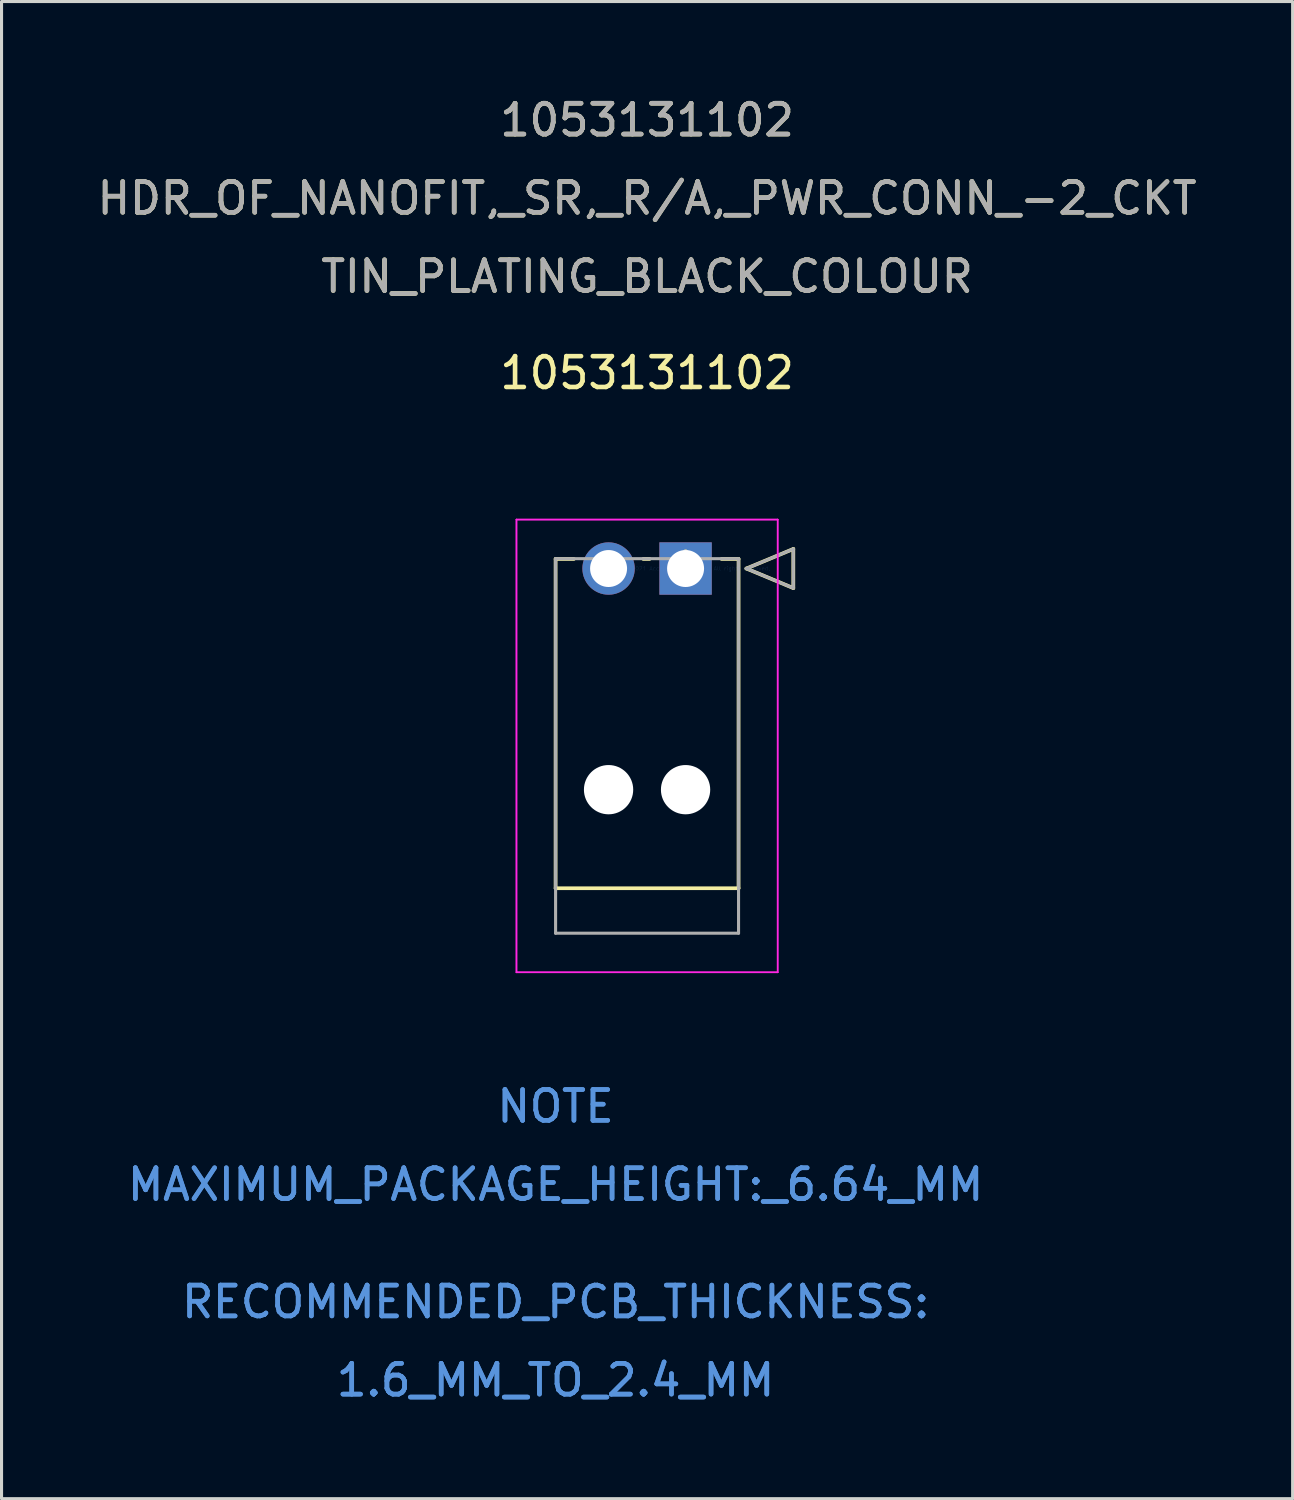
<source format=kicad_pcb>
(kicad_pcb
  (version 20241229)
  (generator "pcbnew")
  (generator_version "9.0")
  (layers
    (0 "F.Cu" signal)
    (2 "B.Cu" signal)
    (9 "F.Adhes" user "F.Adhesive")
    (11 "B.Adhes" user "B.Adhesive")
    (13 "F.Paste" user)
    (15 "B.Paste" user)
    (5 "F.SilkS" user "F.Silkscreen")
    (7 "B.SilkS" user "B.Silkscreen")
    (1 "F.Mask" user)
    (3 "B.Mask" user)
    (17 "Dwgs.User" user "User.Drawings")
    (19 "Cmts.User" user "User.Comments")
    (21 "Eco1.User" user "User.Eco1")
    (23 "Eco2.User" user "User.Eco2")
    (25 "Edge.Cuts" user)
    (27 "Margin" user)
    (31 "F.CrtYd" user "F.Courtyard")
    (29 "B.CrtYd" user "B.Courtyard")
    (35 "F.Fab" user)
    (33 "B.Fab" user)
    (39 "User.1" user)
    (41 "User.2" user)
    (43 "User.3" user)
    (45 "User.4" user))
  (footprint "1053131102"
    (layer "F.Cu")
    (at 19.208 15.408)
    (property "Reference" "1053131102" (at -1.25 -6.35 0) (layer "F.SilkS") (effects (font (size 1 1) (thickness 0.15))))
    (attr through_hole)
    (fp_line (start -4.22 -0.31) (end -4.22 10.38) (stroke (width 0.12) (type solid)) (layer "F.SilkS"))
    (fp_line (start -4.22 10.38) (end 1.72 10.38) (stroke (width 0.12) (type solid)) (layer "F.SilkS"))
    (fp_line (start -3.628 -0.31) (end -4.22 -0.31) (stroke (width 0.12) (type solid)) (layer "F.SilkS"))
    (fp_line (start -1.17 -0.31) (end -1.372 -0.31) (stroke (width 0.12) (type solid)) (layer "F.SilkS"))
    (fp_line (start 1.72 -0.31) (end 1.17 -0.31) (stroke (width 0.12) (type solid)) (layer "F.SilkS"))
    (fp_line (start 1.72 10.38) (end 1.72 -0.31) (stroke (width 0.12) (type solid)) (layer "F.SilkS"))
    (fp_line (start 1.974 0) (end 3.498 -0.635) (stroke (width 0.12) (type solid)) (layer "F.SilkS"))
    (fp_line (start 3.498 -0.635) (end 3.498 0.635) (stroke (width 0.12) (type solid)) (layer "F.SilkS"))
    (fp_line (start 3.498 0.635) (end 1.974 0) (stroke (width 0.12) (type solid)) (layer "F.SilkS"))
    (fp_line (start -5.49 -1.59) (end -5.49 13.11) (stroke (width 0.05) (type solid)) (layer "F.CrtYd"))
    (fp_line (start -5.49 -1.59) (end -5.49 13.11) (stroke (width 0.05) (type solid)) (layer "F.CrtYd"))
    (fp_line (start -5.49 13.11) (end 2.99 13.11) (stroke (width 0.05) (type solid)) (layer "F.CrtYd"))
    (fp_line (start -5.49 13.11) (end 2.99 13.11) (stroke (width 0.05) (type solid)) (layer "F.CrtYd"))
    (fp_line (start 2.99 -1.59) (end -5.49 -1.59) (stroke (width 0.05) (type solid)) (layer "F.CrtYd"))
    (fp_line (start 2.99 -1.59) (end -5.49 -1.59) (stroke (width 0.05) (type solid)) (layer "F.CrtYd"))
    (fp_line (start 2.99 13.11) (end 2.99 -1.59) (stroke (width 0.05) (type solid)) (layer "F.CrtYd"))
    (fp_line (start 2.99 13.11) (end 2.99 -1.59) (stroke (width 0.05) (type solid)) (layer "F.CrtYd"))
    (fp_line (start -4.22 -0.32) (end -4.22 11.84) (stroke (width 0.1) (type solid)) (layer "F.Fab"))
    (fp_line (start -4.22 11.84) (end 1.72 11.84) (stroke (width 0.1) (type solid)) (layer "F.Fab"))
    (fp_line (start 1.72 -0.32) (end -4.22 -0.32) (stroke (width 0.1) (type solid)) (layer "F.Fab"))
    (fp_line (start 1.72 11.84) (end 1.72 -0.32) (stroke (width 0.1) (type solid)) (layer "F.Fab"))
    (fp_line (start 1.974 0) (end 3.498 -0.635) (stroke (width 0.1) (type solid)) (layer "F.Fab"))
    (fp_line (start 3.498 -0.635) (end 3.498 0.635) (stroke (width 0.1) (type solid)) (layer "F.Fab"))
    (fp_line (start 3.498 0.635) (end 1.974 0) (stroke (width 0.1) (type solid)) (layer "F.Fab"))
    (fp_text user "HDR_OF_NANOFIT,_SR,_R/A,_PWR_CONN_-2_CKT" (at -1.25 -12.02 0) (layer "F.SilkS") (effects (font (size 1 1) (thickness 0.15))))
    (fp_text user "1053131102" (at -1.25 -14.56 0) (layer "F.SilkS") (effects (font (size 1 1) (thickness 0.15))))
    (fp_text user "TIN_PLATING_BLACK_COLOUR" (at -1.25 -9.48 0) (layer "F.SilkS") (effects (font (size 1 1) (thickness 0.15))))
    (fp_text user "*" (at 0 0 0) (layer "F.SilkS") (effects (font (size 1 1) (thickness 0.15))))
    (fp_text user "RECOMMENDED_PCB_THICKNESS:" (at -4.22 23.81 0) (layer "Cmts.User") (effects (font (size 1 1) (thickness 0.15))))
    (fp_text user "1.6_MM_TO_2.4_MM" (at -4.22 26.35 0) (layer "Cmts.User") (effects (font (size 1 1) (thickness 0.15))))
    (fp_text user "RECOMMENDED_PCB_THICKNESS:" (at -4.22 23.81 0) (layer "Cmts.User") (effects (font (size 1 1) (thickness 0.15))))
    (fp_text user "1.6_MM_TO_2.4_MM" (at -4.22 26.35 0) (layer "Cmts.User") (effects (font (size 1 1) (thickness 0.15))))
    (fp_text user "NOTE" (at -4.22 17.46 0) (layer "Cmts.User") (effects (font (size 1 1) (thickness 0.15))))
    (fp_text user "NOTE" (at -4.22 17.46 0) (layer "Cmts.User") (effects (font (size 1 1) (thickness 0.15))))
    (fp_text user "MAXIMUM_PACKAGE_HEIGHT:_6.64_MM" (at -4.22 20 0) (layer "Cmts.User") (effects (font (size 1 1) (thickness 0.15))))
    (fp_text user "MAXIMUM_PACKAGE_HEIGHT:_6.64_MM" (at -4.22 20 0) (layer "Cmts.User") (effects (font (size 1 1) (thickness 0.15))))
    (fp_text user "Copyright 2021 Accelerated Designs. All rights reserved." (at 0 0 0) (layer "Cmts.User") (effects (font (size 0.127 0.127) (thickness 0.002))))
    (fp_text user "1053131102" (at -1.25 -14.56 0) (layer "F.Fab") (effects (font (size 1 1) (thickness 0.15))))
    (fp_text user "*" (at 0 0 0) (layer "F.Fab") (effects (font (size 1 1) (thickness 0.15))))
    (fp_text user "HDR_OF_NANOFIT,_SR,_R/A,_PWR_CONN_-2_CKT" (at -1.25 -12.02 0) (layer "F.Fab") (effects (font (size 1 1) (thickness 0.15))))
    (fp_text user "TIN_PLATING_BLACK_COLOUR" (at -1.25 -9.48 0) (layer "F.Fab") (effects (font (size 1 1) (thickness 0.15))))
    (pad "" np_thru_hole circle (at -2.5 7.18) (size 1.6 1.6) (drill 1.6) (layers "*.Cu" "*.Mask"))
    (pad "" np_thru_hole circle (at 0 7.18) (size 1.6 1.6) (drill 1.6) (layers "*.Cu" "*.Mask"))
    (pad "1" thru_hole rect (at 0 0) (size 1.7 1.7) (drill 1.2) (layers "*.Cu" "*.Mask"))
    (pad "2" thru_hole circle (at -2.5 0) (size 1.7 1.7) (drill 1.2) (layers "*.Cu" "*.Mask")))
  (gr_rect
    (start -3 -3)
    (end 38.917 45.607)
    (stroke (width 0.1) (type default))
    (fill no)
    (layer "Edge.Cuts")))
</source>
